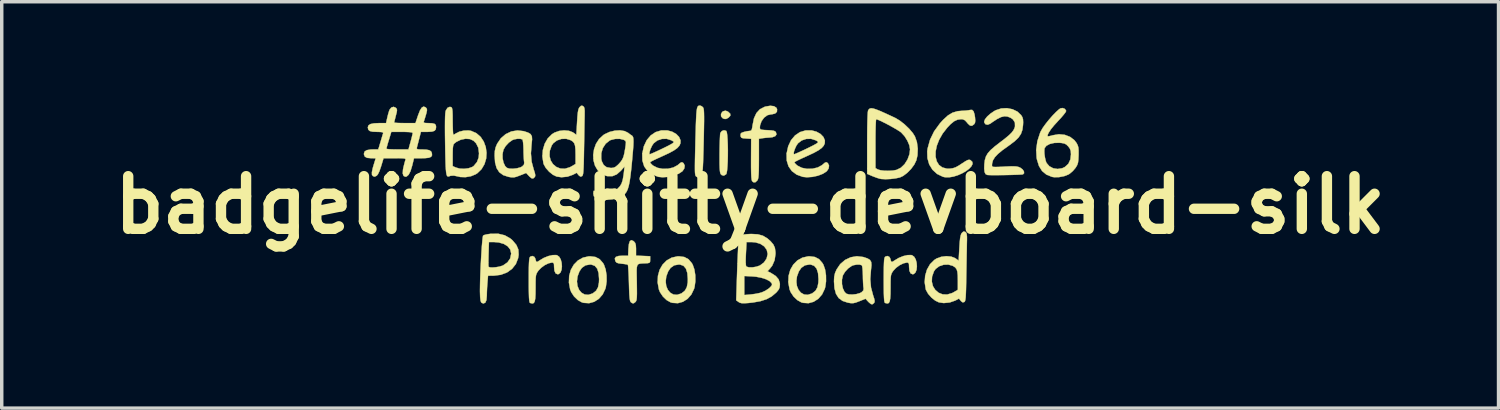
<source format=kicad_pcb>
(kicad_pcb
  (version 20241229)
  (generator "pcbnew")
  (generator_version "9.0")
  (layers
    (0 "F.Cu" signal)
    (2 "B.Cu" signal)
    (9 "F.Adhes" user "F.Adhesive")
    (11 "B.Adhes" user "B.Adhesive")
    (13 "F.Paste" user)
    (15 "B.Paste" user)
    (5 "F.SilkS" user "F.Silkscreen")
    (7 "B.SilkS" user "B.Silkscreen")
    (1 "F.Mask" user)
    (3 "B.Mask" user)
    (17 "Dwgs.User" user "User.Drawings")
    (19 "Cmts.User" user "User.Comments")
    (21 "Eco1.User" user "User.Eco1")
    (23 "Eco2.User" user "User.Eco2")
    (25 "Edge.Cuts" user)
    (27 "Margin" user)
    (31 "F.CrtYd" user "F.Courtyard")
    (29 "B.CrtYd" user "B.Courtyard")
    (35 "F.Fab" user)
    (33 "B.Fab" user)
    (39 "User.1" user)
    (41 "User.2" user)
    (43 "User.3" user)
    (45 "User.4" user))
  (footprint "badgelife-shitty-devboard-silk"
    (layer "F.Cu")
    (at 18.658 2.883)
    (property "Reference" "badgelife-shitty-devboard-silk" (at 0 0 0) (layer "F.SilkS") (effects (font (size 1.524 1.524) (thickness 0.3))))
    (attr through_hole)
    (fp_poly (pts (xy -0.651 -2.708) (xy -0.636 -2.699) (xy -0.576 -2.642) (xy -0.573 -2.585) (xy -0.626 -2.528) (xy -0.627 -2.527) (xy -0.696 -2.49) (xy -0.754 -2.493) (xy -0.797 -2.514) (xy -0.841 -2.566) (xy -0.843 -2.633) (xy -0.808 -2.694) (xy -0.777 -2.714) (xy -0.713 -2.73) (xy -0.651 -2.708)) (stroke (width 0.01) (type solid)) (fill yes) (layer "F.SilkS"))
    (fp_poly (pts (xy -0.693 -2.146) (xy -0.69 -2.144) (xy -0.674 -2.103) (xy -0.662 -2.016) (xy -0.653 -1.893) (xy -0.647 -1.746) (xy -0.644 -1.584) (xy -0.645 -1.417) (xy -0.649 -1.257) (xy -0.657 -1.114) (xy -0.667 -0.998) (xy -0.681 -0.919) (xy -0.693 -0.891) (xy -0.76 -0.85) (xy -0.822 -0.866) (xy -0.85 -0.893) (xy -0.864 -0.923) (xy -0.874 -0.979) (xy -0.881 -1.067) (xy -0.885 -1.194) (xy -0.885 -1.367) (xy -0.885 -1.481) (xy -0.883 -1.654) (xy -0.879 -1.811) (xy -0.874 -1.941) (xy -0.869 -2.035) (xy -0.863 -2.082) (xy -0.863 -2.083) (xy -0.821 -2.14) (xy -0.757 -2.164) (xy -0.693 -2.146)) (stroke (width 0.01) (type solid)) (fill yes) (layer "F.SilkS"))
    (fp_poly (pts (xy -1.403 -2.86) (xy -1.37 -2.833) (xy -1.356 -2.815) (xy -1.346 -2.785) (xy -1.339 -2.737) (xy -1.335 -2.665) (xy -1.333 -2.562) (xy -1.333 -2.422) (xy -1.336 -2.239) (xy -1.34 -2.008) (xy -1.345 -1.793) (xy -1.35 -1.586) (xy -1.356 -1.399) (xy -1.361 -1.239) (xy -1.367 -1.117) (xy -1.371 -1.045) (xy -1.39 -0.908) (xy -1.422 -0.823) (xy -1.469 -0.79) (xy -1.531 -0.806) (xy -1.561 -0.826) (xy -1.574 -0.838) (xy -1.584 -0.86) (xy -1.591 -0.896) (xy -1.596 -0.952) (xy -1.598 -1.034) (xy -1.598 -1.147) (xy -1.596 -1.298) (xy -1.592 -1.491) (xy -1.586 -1.732) (xy -1.584 -1.845) (xy -1.576 -2.113) (xy -1.57 -2.331) (xy -1.563 -2.502) (xy -1.556 -2.634) (xy -1.547 -2.73) (xy -1.536 -2.797) (xy -1.522 -2.84) (xy -1.504 -2.864) (xy -1.482 -2.875) (xy -1.455 -2.878) (xy -1.448 -2.878) (xy -1.403 -2.86)) (stroke (width 0.01) (type solid)) (fill yes) (layer "F.SilkS"))
    (fp_poly (pts (xy -4.475 1.504) (xy -4.353 1.569) (xy -4.255 1.682) (xy -4.228 1.731) (xy -4.181 1.866) (xy -4.155 2.032) (xy -4.153 2.207) (xy -4.175 2.369) (xy -4.19 2.425) (xy -4.268 2.588) (xy -4.378 2.714) (xy -4.512 2.8) (xy -4.661 2.841) (xy -4.817 2.831) (xy -4.868 2.817) (xy -4.985 2.751) (xy -5.094 2.647) (xy -5.177 2.521) (xy -5.208 2.444) (xy -5.245 2.242) (xy -5.243 2.212) (xy -5.012 2.212) (xy -4.996 2.343) (xy -4.95 2.454) (xy -4.88 2.538) (xy -4.789 2.589) (xy -4.682 2.599) (xy -4.564 2.561) (xy -4.545 2.55) (xy -4.456 2.478) (xy -4.401 2.379) (xy -4.375 2.244) (xy -4.371 2.145) (xy -4.385 1.969) (xy -4.426 1.841) (xy -4.495 1.76) (xy -4.594 1.724) (xy -4.634 1.722) (xy -4.765 1.745) (xy -4.869 1.818) (xy -4.94 1.921) (xy -4.995 2.069) (xy -5.012 2.212) (xy -5.243 2.212) (xy -5.237 2.05) (xy -5.188 1.875) (xy -5.102 1.725) (xy -4.984 1.605) (xy -4.838 1.523) (xy -4.668 1.485) (xy -4.628 1.484) (xy -4.475 1.504)) (stroke (width 0.01) (type solid)) (fill yes) (layer "F.SilkS"))
    (fp_poly (pts (xy -1.906 1.504) (xy -1.784 1.569) (xy -1.687 1.682) (xy -1.66 1.731) (xy -1.613 1.866) (xy -1.587 2.032) (xy -1.585 2.207) (xy -1.607 2.369) (xy -1.622 2.425) (xy -1.7 2.588) (xy -1.81 2.714) (xy -1.944 2.8) (xy -2.092 2.841) (xy -2.249 2.831) (xy -2.3 2.817) (xy -2.417 2.751) (xy -2.525 2.647) (xy -2.609 2.521) (xy -2.64 2.444) (xy -2.677 2.242) (xy -2.675 2.212) (xy -2.444 2.212) (xy -2.428 2.343) (xy -2.382 2.454) (xy -2.311 2.538) (xy -2.221 2.589) (xy -2.114 2.599) (xy -1.996 2.561) (xy -1.977 2.55) (xy -1.888 2.478) (xy -1.833 2.379) (xy -1.806 2.244) (xy -1.803 2.145) (xy -1.817 1.969) (xy -1.858 1.841) (xy -1.927 1.76) (xy -2.025 1.724) (xy -2.066 1.722) (xy -2.197 1.745) (xy -2.301 1.818) (xy -2.372 1.921) (xy -2.427 2.069) (xy -2.444 2.212) (xy -2.675 2.212) (xy -2.668 2.05) (xy -2.62 1.875) (xy -2.534 1.725) (xy -2.416 1.605) (xy -2.27 1.523) (xy -2.1 1.485) (xy -2.06 1.484) (xy -1.906 1.504)) (stroke (width 0.01) (type solid)) (fill yes) (layer "F.SilkS"))
    (fp_poly (pts (xy 1.875 1.504) (xy 1.997 1.569) (xy 2.095 1.682) (xy 2.122 1.731) (xy 2.169 1.866) (xy 2.195 2.032) (xy 2.197 2.207) (xy 2.175 2.369) (xy 2.16 2.425) (xy 2.082 2.588) (xy 1.972 2.714) (xy 1.838 2.8) (xy 1.689 2.841) (xy 1.533 2.831) (xy 1.482 2.817) (xy 1.365 2.751) (xy 1.256 2.647) (xy 1.173 2.521) (xy 1.142 2.444) (xy 1.105 2.242) (xy 1.107 2.212) (xy 1.338 2.212) (xy 1.354 2.343) (xy 1.4 2.454) (xy 1.47 2.538) (xy 1.561 2.589) (xy 1.668 2.599) (xy 1.786 2.561) (xy 1.805 2.55) (xy 1.894 2.478) (xy 1.949 2.379) (xy 1.975 2.244) (xy 1.979 2.145) (xy 1.965 1.969) (xy 1.924 1.841) (xy 1.855 1.76) (xy 1.756 1.724) (xy 1.716 1.722) (xy 1.585 1.745) (xy 1.481 1.818) (xy 1.41 1.921) (xy 1.355 2.069) (xy 1.338 2.212) (xy 1.107 2.212) (xy 1.113 2.05) (xy 1.162 1.875) (xy 1.248 1.725) (xy 1.366 1.605) (xy 1.512 1.523) (xy 1.682 1.485) (xy 1.722 1.484) (xy 1.875 1.504)) (stroke (width 0.01) (type solid)) (fill yes) (layer "F.SilkS"))
    (fp_poly (pts (xy -5.588 1.453) (xy -5.526 1.497) (xy -5.481 1.574) (xy -5.455 1.671) (xy -5.447 1.775) (xy -5.457 1.873) (xy -5.487 1.952) (xy -5.537 1.997) (xy -5.57 2.004) (xy -5.629 1.978) (xy -5.663 1.903) (xy -5.673 1.801) (xy -5.676 1.719) (xy -5.689 1.678) (xy -5.719 1.666) (xy -5.734 1.665) (xy -5.832 1.686) (xy -5.944 1.74) (xy -6.049 1.817) (xy -6.127 1.899) (xy -6.16 1.946) (xy -6.182 1.989) (xy -6.197 2.038) (xy -6.205 2.106) (xy -6.208 2.205) (xy -6.209 2.344) (xy -6.209 2.397) (xy -6.211 2.576) (xy -6.218 2.704) (xy -6.234 2.788) (xy -6.26 2.835) (xy -6.298 2.85) (xy -6.351 2.839) (xy -6.371 2.832) (xy -6.383 2.813) (xy -6.392 2.763) (xy -6.399 2.678) (xy -6.403 2.552) (xy -6.406 2.379) (xy -6.406 2.174) (xy -6.406 1.961) (xy -6.404 1.798) (xy -6.4 1.678) (xy -6.394 1.594) (xy -6.386 1.54) (xy -6.374 1.508) (xy -6.364 1.496) (xy -6.303 1.475) (xy -6.246 1.499) (xy -6.222 1.537) (xy -6.201 1.605) (xy -6.195 1.624) (xy -6.179 1.648) (xy -6.147 1.639) (xy -6.089 1.601) (xy -5.972 1.531) (xy -5.841 1.478) (xy -5.715 1.449) (xy -5.611 1.448) (xy -5.588 1.453)) (stroke (width 0.01) (type solid)) (fill yes) (layer "F.SilkS"))
    (fp_poly (pts (xy -3.381 1.04) (xy -3.36 1.057) (xy -3.326 1.099) (xy -3.308 1.16) (xy -3.302 1.255) (xy -3.302 1.287) (xy -3.302 1.465) (xy -2.893 1.482) (xy -2.893 1.58) (xy -2.895 1.639) (xy -2.912 1.669) (xy -2.958 1.682) (xy -3.034 1.687) (xy -3.122 1.69) (xy -3.187 1.696) (xy -3.233 1.71) (xy -3.262 1.741) (xy -3.278 1.797) (xy -3.284 1.885) (xy -3.283 2.012) (xy -3.28 2.186) (xy -3.279 2.239) (xy -3.277 2.426) (xy -3.276 2.564) (xy -3.279 2.663) (xy -3.285 2.729) (xy -3.296 2.772) (xy -3.311 2.798) (xy -3.316 2.804) (xy -3.368 2.844) (xy -3.413 2.84) (xy -3.449 2.815) (xy -3.465 2.793) (xy -3.478 2.753) (xy -3.488 2.685) (xy -3.496 2.584) (xy -3.502 2.44) (xy -3.507 2.264) (xy -3.512 2.099) (xy -3.519 1.953) (xy -3.526 1.837) (xy -3.532 1.76) (xy -3.538 1.73) (xy -3.574 1.718) (xy -3.648 1.706) (xy -3.714 1.699) (xy -3.809 1.687) (xy -3.864 1.667) (xy -3.895 1.632) (xy -3.901 1.62) (xy -3.916 1.549) (xy -3.885 1.501) (xy -3.804 1.474) (xy -3.695 1.468) (xy -3.53 1.468) (xy -3.522 1.266) (xy -3.508 1.129) (xy -3.481 1.047) (xy -3.439 1.017) (xy -3.381 1.04)) (stroke (width 0.01) (type solid)) (fill yes) (layer "F.SilkS"))
    (fp_poly (pts (xy 4.685 1.453) (xy 4.747 1.497) (xy 4.792 1.574) (xy 4.818 1.671) (xy 4.826 1.775) (xy 4.816 1.873) (xy 4.785 1.952) (xy 4.736 1.997) (xy 4.703 2.004) (xy 4.644 1.978) (xy 4.61 1.903) (xy 4.6 1.801) (xy 4.597 1.719) (xy 4.584 1.678) (xy 4.554 1.666) (xy 4.539 1.665) (xy 4.441 1.686) (xy 4.329 1.74) (xy 4.223 1.817) (xy 4.146 1.899) (xy 4.113 1.946) (xy 4.091 1.989) (xy 4.076 2.038) (xy 4.068 2.106) (xy 4.065 2.205) (xy 4.064 2.344) (xy 4.064 2.397) (xy 4.062 2.576) (xy 4.054 2.704) (xy 4.039 2.788) (xy 4.013 2.835) (xy 3.975 2.85) (xy 3.922 2.839) (xy 3.902 2.832) (xy 3.89 2.813) (xy 3.88 2.763) (xy 3.874 2.678) (xy 3.869 2.552) (xy 3.867 2.379) (xy 3.866 2.174) (xy 3.867 1.961) (xy 3.869 1.798) (xy 3.873 1.678) (xy 3.878 1.594) (xy 3.887 1.54) (xy 3.899 1.508) (xy 3.908 1.496) (xy 3.97 1.475) (xy 4.027 1.499) (xy 4.051 1.537) (xy 4.072 1.605) (xy 4.078 1.624) (xy 4.094 1.648) (xy 4.126 1.639) (xy 4.184 1.601) (xy 4.301 1.531) (xy 4.432 1.478) (xy 4.558 1.449) (xy 4.662 1.448) (xy 4.685 1.453)) (stroke (width 0.01) (type solid)) (fill yes) (layer "F.SilkS"))
    (fp_poly (pts (xy 6.466 -2.712) (xy 6.494 -2.623) (xy 6.508 -2.536) (xy 6.515 -2.438) (xy 6.507 -2.377) (xy 6.48 -2.335) (xy 6.478 -2.334) (xy 6.42 -2.293) (xy 6.364 -2.299) (xy 6.302 -2.354) (xy 6.278 -2.385) (xy 6.216 -2.452) (xy 6.154 -2.48) (xy 6.105 -2.484) (xy 6.003 -2.47) (xy 5.905 -2.425) (xy 5.802 -2.341) (xy 5.707 -2.242) (xy 5.571 -2.067) (xy 5.47 -1.889) (xy 5.402 -1.715) (xy 5.368 -1.548) (xy 5.367 -1.397) (xy 5.4 -1.266) (xy 5.464 -1.161) (xy 5.561 -1.088) (xy 5.69 -1.053) (xy 5.779 -1.052) (xy 5.869 -1.065) (xy 5.951 -1.093) (xy 6.046 -1.146) (xy 6.123 -1.197) (xy 6.223 -1.262) (xy 6.29 -1.299) (xy 6.336 -1.31) (xy 6.372 -1.302) (xy 6.377 -1.299) (xy 6.43 -1.249) (xy 6.437 -1.188) (xy 6.403 -1.12) (xy 6.337 -1.049) (xy 6.244 -0.979) (xy 6.133 -0.916) (xy 6.01 -0.862) (xy 5.882 -0.822) (xy 5.757 -0.802) (xy 5.641 -0.804) (xy 5.581 -0.817) (xy 5.412 -0.898) (xy 5.278 -1.02) (xy 5.183 -1.174) (xy 5.131 -1.355) (xy 5.125 -1.555) (xy 5.136 -1.635) (xy 5.207 -1.89) (xy 5.324 -2.131) (xy 5.493 -2.363) (xy 5.585 -2.465) (xy 5.723 -2.591) (xy 5.857 -2.672) (xy 6.003 -2.715) (xy 6.124 -2.726) (xy 6.23 -2.732) (xy 6.319 -2.742) (xy 6.366 -2.751) (xy 6.424 -2.753) (xy 6.466 -2.712)) (stroke (width 0.01) (type solid)) (fill yes) (layer "F.SilkS"))
    (fp_poly (pts (xy -7.102 0.876) (xy -6.94 0.968) (xy -6.875 1.024) (xy -6.765 1.155) (xy -6.707 1.29) (xy -6.699 1.441) (xy -6.715 1.541) (xy -6.78 1.708) (xy -6.889 1.846) (xy -7.036 1.952) (xy -7.215 2.019) (xy -7.412 2.044) (xy -7.585 2.046) (xy -7.602 2.255) (xy -7.612 2.387) (xy -7.618 2.524) (xy -7.62 2.623) (xy -7.631 2.75) (xy -7.663 2.825) (xy -7.718 2.85) (xy -7.719 2.85) (xy -7.764 2.832) (xy -7.784 2.817) (xy -7.801 2.768) (xy -7.813 2.665) (xy -7.818 2.507) (xy -7.818 2.457) (xy -7.816 2.308) (xy -7.812 2.134) (xy -7.805 1.945) (xy -7.797 1.749) (xy -7.792 1.667) (xy -7.574 1.667) (xy -7.573 1.748) (xy -7.57 1.785) (xy -7.57 1.785) (xy -7.534 1.804) (xy -7.459 1.808) (xy -7.364 1.801) (xy -7.262 1.784) (xy -7.172 1.757) (xy -7.146 1.746) (xy -7.022 1.659) (xy -6.943 1.545) (xy -6.915 1.408) (xy -6.915 1.403) (xy -6.941 1.29) (xy -7.014 1.196) (xy -7.128 1.125) (xy -7.275 1.083) (xy -7.405 1.072) (xy -7.559 1.072) (xy -7.569 1.418) (xy -7.572 1.553) (xy -7.574 1.667) (xy -7.792 1.667) (xy -7.786 1.554) (xy -7.775 1.368) (xy -7.764 1.201) (xy -7.752 1.061) (xy -7.741 0.956) (xy -7.731 0.896) (xy -7.727 0.885) (xy -7.688 0.866) (xy -7.61 0.847) (xy -7.509 0.833) (xy -7.508 0.833) (xy -7.29 0.831) (xy -7.102 0.876)) (stroke (width 0.01) (type solid)) (fill yes) (layer "F.SilkS"))
    (fp_poly (pts (xy 0.689 -2.86) (xy 0.758 -2.817) (xy 0.78 -2.774) (xy 0.776 -2.699) (xy 0.724 -2.648) (xy 0.63 -2.625) (xy 0.605 -2.625) (xy 0.499 -2.599) (xy 0.404 -2.529) (xy 0.33 -2.427) (xy 0.288 -2.308) (xy 0.282 -2.246) (xy 0.285 -2.21) (xy 0.302 -2.189) (xy 0.344 -2.177) (xy 0.423 -2.17) (xy 0.498 -2.167) (xy 0.616 -2.16) (xy 0.691 -2.147) (xy 0.732 -2.125) (xy 0.745 -2.11) (xy 0.763 -2.044) (xy 0.729 -1.994) (xy 0.648 -1.963) (xy 0.576 -1.954) (xy 0.471 -1.947) (xy 0.373 -1.936) (xy 0.346 -1.932) (xy 0.254 -1.917) (xy 0.254 -1.346) (xy 0.253 -1.144) (xy 0.251 -0.992) (xy 0.246 -0.88) (xy 0.239 -0.802) (xy 0.228 -0.75) (xy 0.213 -0.717) (xy 0.21 -0.712) (xy 0.152 -0.658) (xy 0.094 -0.659) (xy 0.058 -0.69) (xy 0.045 -0.726) (xy 0.036 -0.801) (xy 0.03 -0.921) (xy 0.027 -1.089) (xy 0.027 -1.309) (xy 0.027 -1.323) (xy 0.03 -1.916) (xy -0.119 -1.925) (xy -0.206 -1.932) (xy -0.252 -1.947) (xy -0.271 -1.976) (xy -0.277 -2.009) (xy -0.275 -2.061) (xy -0.246 -2.091) (xy -0.178 -2.115) (xy -0.092 -2.135) (xy -0.019 -2.144) (xy -0.01 -2.145) (xy 0.025 -2.152) (xy 0.047 -2.183) (xy 0.062 -2.249) (xy 0.07 -2.307) (xy 0.111 -2.508) (xy 0.182 -2.662) (xy 0.285 -2.773) (xy 0.421 -2.842) (xy 0.449 -2.85) (xy 0.583 -2.872) (xy 0.689 -2.86)) (stroke (width 0.01) (type solid)) (fill yes) (layer "F.SilkS"))
    (fp_poly (pts (xy -6.55 -2.137) (xy -6.538 -2.133) (xy -6.425 -2.095) (xy -6.353 -2.052) (xy -6.317 -1.991) (xy -6.31 -1.901) (xy -6.323 -1.768) (xy -6.324 -1.761) (xy -6.344 -1.495) (xy -6.323 -1.253) (xy -6.263 -1.03) (xy -6.23 -0.928) (xy -6.218 -0.864) (xy -6.224 -0.824) (xy -6.236 -0.806) (xy -6.278 -0.769) (xy -6.322 -0.772) (xy -6.379 -0.818) (xy -6.405 -0.845) (xy -6.483 -0.928) (xy -6.661 -0.856) (xy -6.762 -0.818) (xy -6.837 -0.8) (xy -6.907 -0.801) (xy -6.996 -0.816) (xy -7.147 -0.866) (xy -7.26 -0.949) (xy -7.337 -1.069) (xy -7.381 -1.231) (xy -7.394 -1.43) (xy -7.392 -1.48) (xy -7.165 -1.48) (xy -7.163 -1.35) (xy -7.137 -1.227) (xy -7.09 -1.127) (xy -7.037 -1.075) (xy -6.964 -1.053) (xy -6.859 -1.05) (xy -6.747 -1.063) (xy -6.647 -1.09) (xy -6.597 -1.116) (xy -6.545 -1.17) (xy -6.537 -1.228) (xy -6.539 -1.238) (xy -6.546 -1.293) (xy -6.552 -1.39) (xy -6.557 -1.511) (xy -6.558 -1.59) (xy -6.562 -1.713) (xy -6.571 -1.813) (xy -6.582 -1.879) (xy -6.59 -1.898) (xy -6.651 -1.916) (xy -6.74 -1.916) (xy -6.832 -1.898) (xy -6.881 -1.879) (xy -6.983 -1.806) (xy -7.075 -1.707) (xy -7.136 -1.605) (xy -7.138 -1.6) (xy -7.165 -1.48) (xy -7.392 -1.48) (xy -7.388 -1.563) (xy -7.365 -1.669) (xy -7.321 -1.773) (xy -7.213 -1.932) (xy -7.073 -2.052) (xy -6.91 -2.129) (xy -6.732 -2.158) (xy -6.55 -2.137)) (stroke (width 0.01) (type solid)) (fill yes) (layer "F.SilkS"))
    (fp_poly (pts (xy 3.271 1.504) (xy 3.283 1.507) (xy 3.397 1.546) (xy 3.468 1.589) (xy 3.504 1.65) (xy 3.512 1.74) (xy 3.498 1.872) (xy 3.497 1.879) (xy 3.477 2.145) (xy 3.498 2.387) (xy 3.558 2.611) (xy 3.591 2.712) (xy 3.604 2.776) (xy 3.597 2.817) (xy 3.585 2.835) (xy 3.543 2.871) (xy 3.5 2.868) (xy 3.442 2.822) (xy 3.416 2.796) (xy 3.339 2.712) (xy 3.161 2.784) (xy 3.059 2.823) (xy 2.985 2.84) (xy 2.914 2.84) (xy 2.826 2.825) (xy 2.675 2.775) (xy 2.562 2.692) (xy 2.485 2.571) (xy 2.441 2.409) (xy 2.427 2.211) (xy 2.429 2.16) (xy 2.657 2.16) (xy 2.658 2.29) (xy 2.684 2.413) (xy 2.731 2.513) (xy 2.784 2.566) (xy 2.858 2.587) (xy 2.962 2.591) (xy 3.075 2.578) (xy 3.174 2.55) (xy 3.224 2.525) (xy 3.277 2.471) (xy 3.284 2.413) (xy 3.282 2.403) (xy 3.275 2.347) (xy 3.269 2.251) (xy 3.264 2.129) (xy 3.263 2.05) (xy 3.259 1.928) (xy 3.251 1.827) (xy 3.24 1.762) (xy 3.231 1.743) (xy 3.171 1.725) (xy 3.082 1.725) (xy 2.99 1.742) (xy 2.941 1.761) (xy 2.838 1.834) (xy 2.746 1.933) (xy 2.685 2.036) (xy 2.683 2.041) (xy 2.657 2.16) (xy 2.429 2.16) (xy 2.433 2.078) (xy 2.456 1.972) (xy 2.501 1.867) (xy 2.608 1.709) (xy 2.748 1.589) (xy 2.912 1.512) (xy 3.089 1.482) (xy 3.271 1.504)) (stroke (width 0.01) (type solid)) (fill yes) (layer "F.SilkS"))
    (fp_poly (pts (xy -2.395 -2.159) (xy -2.255 -2.121) (xy -2.139 -2.055) (xy -2.056 -1.969) (xy -2.014 -1.87) (xy -2.017 -1.786) (xy -2.047 -1.717) (xy -2.106 -1.651) (xy -2.2 -1.583) (xy -2.336 -1.508) (xy -2.518 -1.423) (xy -2.536 -1.415) (xy -2.664 -1.357) (xy -2.773 -1.306) (xy -2.852 -1.266) (xy -2.891 -1.243) (xy -2.894 -1.24) (xy -2.882 -1.211) (xy -2.836 -1.164) (xy -2.806 -1.139) (xy -2.682 -1.077) (xy -2.532 -1.047) (xy -2.373 -1.051) (xy -2.222 -1.086) (xy -2.098 -1.153) (xy -2.077 -1.171) (xy -2.014 -1.224) (xy -1.973 -1.239) (xy -1.937 -1.219) (xy -1.925 -1.208) (xy -1.893 -1.14) (xy -1.905 -1.058) (xy -1.958 -0.979) (xy -1.964 -0.974) (xy -2.07 -0.904) (xy -2.213 -0.849) (xy -2.374 -0.814) (xy -2.533 -0.803) (xy -2.653 -0.815) (xy -2.83 -0.879) (xy -2.969 -0.982) (xy -3.066 -1.119) (xy -3.118 -1.287) (xy -3.122 -1.48) (xy -3.122 -1.487) (xy -2.918 -1.487) (xy -2.908 -1.468) (xy -2.874 -1.479) (xy -2.801 -1.51) (xy -2.699 -1.556) (xy -2.592 -1.606) (xy -2.47 -1.665) (xy -2.362 -1.719) (xy -2.282 -1.763) (xy -2.245 -1.785) (xy -2.212 -1.815) (xy -2.218 -1.837) (xy -2.267 -1.867) (xy -2.279 -1.873) (xy -2.414 -1.916) (xy -2.554 -1.913) (xy -2.684 -1.869) (xy -2.79 -1.787) (xy -2.838 -1.717) (xy -2.881 -1.625) (xy -2.908 -1.544) (xy -2.918 -1.487) (xy -3.122 -1.487) (xy -3.121 -1.492) (xy -3.075 -1.701) (xy -2.992 -1.877) (xy -2.877 -2.014) (xy -2.735 -2.11) (xy -2.57 -2.159) (xy -2.395 -2.159)) (stroke (width 0.01) (type solid)) (fill yes) (layer "F.SilkS"))
    (fp_poly (pts (xy 1.782 -2.159) (xy 1.922 -2.121) (xy 2.038 -2.055) (xy 2.121 -1.969) (xy 2.163 -1.87) (xy 2.16 -1.786) (xy 2.13 -1.717) (xy 2.071 -1.651) (xy 1.977 -1.583) (xy 1.841 -1.508) (xy 1.659 -1.423) (xy 1.641 -1.415) (xy 1.513 -1.357) (xy 1.404 -1.306) (xy 1.325 -1.266) (xy 1.285 -1.243) (xy 1.283 -1.24) (xy 1.295 -1.211) (xy 1.341 -1.164) (xy 1.371 -1.139) (xy 1.495 -1.077) (xy 1.645 -1.047) (xy 1.804 -1.051) (xy 1.955 -1.086) (xy 2.079 -1.153) (xy 2.1 -1.171) (xy 2.162 -1.224) (xy 2.204 -1.239) (xy 2.24 -1.219) (xy 2.252 -1.208) (xy 2.284 -1.14) (xy 2.272 -1.058) (xy 2.219 -0.979) (xy 2.213 -0.974) (xy 2.106 -0.904) (xy 1.963 -0.849) (xy 1.803 -0.814) (xy 1.644 -0.803) (xy 1.524 -0.815) (xy 1.347 -0.879) (xy 1.208 -0.982) (xy 1.111 -1.119) (xy 1.059 -1.287) (xy 1.055 -1.48) (xy 1.055 -1.487) (xy 1.259 -1.487) (xy 1.269 -1.468) (xy 1.302 -1.479) (xy 1.376 -1.51) (xy 1.477 -1.556) (xy 1.585 -1.606) (xy 1.707 -1.665) (xy 1.815 -1.719) (xy 1.895 -1.763) (xy 1.932 -1.785) (xy 1.965 -1.815) (xy 1.959 -1.837) (xy 1.91 -1.867) (xy 1.898 -1.873) (xy 1.762 -1.916) (xy 1.623 -1.913) (xy 1.493 -1.869) (xy 1.387 -1.787) (xy 1.338 -1.717) (xy 1.296 -1.625) (xy 1.268 -1.544) (xy 1.259 -1.487) (xy 1.055 -1.487) (xy 1.056 -1.492) (xy 1.102 -1.701) (xy 1.185 -1.877) (xy 1.3 -2.014) (xy 1.442 -2.11) (xy 1.607 -2.159) (xy 1.782 -2.159)) (stroke (width 0.01) (type solid)) (fill yes) (layer "F.SilkS"))
    (fp_poly (pts (xy 3.567 -2.792) (xy 3.651 -2.765) (xy 3.764 -2.72) (xy 3.915 -2.653) (xy 4.107 -2.564) (xy 4.201 -2.52) (xy 4.331 -2.442) (xy 4.469 -2.334) (xy 4.6 -2.209) (xy 4.708 -2.082) (xy 4.769 -1.985) (xy 4.826 -1.822) (xy 4.851 -1.633) (xy 4.843 -1.44) (xy 4.81 -1.294) (xy 4.75 -1.17) (xy 4.657 -1.044) (xy 4.545 -0.93) (xy 4.428 -0.842) (xy 4.332 -0.797) (xy 4.208 -0.771) (xy 4.064 -0.753) (xy 3.92 -0.747) (xy 3.799 -0.753) (xy 3.753 -0.761) (xy 3.666 -0.788) (xy 3.561 -0.827) (xy 3.52 -0.844) (xy 3.387 -0.901) (xy 3.387 -1.776) (xy 3.627 -1.776) (xy 3.627 -1.068) (xy 3.697 -1.029) (xy 3.772 -1.006) (xy 3.883 -0.993) (xy 4.012 -0.99) (xy 4.138 -0.998) (xy 4.237 -1.017) (xy 4.361 -1.078) (xy 4.47 -1.183) (xy 4.556 -1.319) (xy 4.612 -1.473) (xy 4.628 -1.61) (xy 4.608 -1.727) (xy 4.552 -1.859) (xy 4.472 -1.988) (xy 4.376 -2.094) (xy 4.368 -2.102) (xy 4.309 -2.143) (xy 4.218 -2.199) (xy 4.106 -2.263) (xy 3.985 -2.329) (xy 3.866 -2.39) (xy 3.762 -2.44) (xy 3.685 -2.474) (xy 3.648 -2.483) (xy 3.642 -2.456) (xy 3.637 -2.381) (xy 3.632 -2.263) (xy 3.629 -2.112) (xy 3.627 -1.935) (xy 3.627 -1.776) (xy 3.387 -1.776) (xy 3.387 -1.793) (xy 3.388 -2.036) (xy 3.39 -2.252) (xy 3.394 -2.435) (xy 3.399 -2.58) (xy 3.405 -2.681) (xy 3.413 -2.733) (xy 3.414 -2.736) (xy 3.437 -2.771) (xy 3.466 -2.793) (xy 3.507 -2.8) (xy 3.567 -2.792)) (stroke (width 0.01) (type solid)) (fill yes) (layer "F.SilkS"))
    (fp_poly (pts (xy -4.85 -2.87) (xy -4.835 -2.861) (xy -4.809 -2.838) (xy -4.795 -2.797) (xy -4.788 -2.727) (xy -4.789 -2.615) (xy -4.789 -2.593) (xy -4.791 -2.499) (xy -4.794 -2.359) (xy -4.797 -2.185) (xy -4.8 -1.986) (xy -4.804 -1.774) (xy -4.807 -1.609) (xy -4.811 -1.382) (xy -4.815 -1.205) (xy -4.82 -1.072) (xy -4.826 -0.975) (xy -4.833 -0.909) (xy -4.843 -0.868) (xy -4.855 -0.844) (xy -4.867 -0.833) (xy -4.911 -0.822) (xy -4.956 -0.855) (xy -4.967 -0.868) (xy -5.019 -0.933) (xy -5.128 -0.876) (xy -5.287 -0.82) (xy -5.46 -0.804) (xy -5.6 -0.824) (xy -5.708 -0.876) (xy -5.817 -0.964) (xy -5.912 -1.071) (xy -5.973 -1.18) (xy -5.981 -1.204) (xy -6.012 -1.4) (xy -6.01 -1.423) (xy -5.806 -1.423) (xy -5.773 -1.293) (xy -5.706 -1.184) (xy -5.61 -1.103) (xy -5.493 -1.056) (xy -5.36 -1.05) (xy -5.218 -1.093) (xy -5.174 -1.116) (xy -5.052 -1.188) (xy -5.052 -1.456) (xy -5.055 -1.608) (xy -5.066 -1.714) (xy -5.09 -1.786) (xy -5.13 -1.836) (xy -5.189 -1.875) (xy -5.192 -1.876) (xy -5.323 -1.917) (xy -5.461 -1.913) (xy -5.59 -1.869) (xy -5.695 -1.79) (xy -5.743 -1.721) (xy -5.798 -1.568) (xy -5.806 -1.423) (xy -6.01 -1.423) (xy -5.998 -1.593) (xy -5.945 -1.773) (xy -5.856 -1.929) (xy -5.733 -2.051) (xy -5.664 -2.094) (xy -5.53 -2.143) (xy -5.384 -2.16) (xy -5.244 -2.147) (xy -5.13 -2.104) (xy -5.118 -2.095) (xy -5.029 -2.032) (xy -5.008 -2.4) (xy -4.998 -2.562) (xy -4.986 -2.677) (xy -4.972 -2.756) (xy -4.953 -2.807) (xy -4.937 -2.831) (xy -4.892 -2.872) (xy -4.85 -2.87)) (stroke (width 0.01) (type solid)) (fill yes) (layer "F.SilkS"))
    (fp_poly (pts (xy 6.213 0.771) (xy 6.228 0.779) (xy 6.254 0.803) (xy 6.268 0.844) (xy 6.275 0.914) (xy 6.275 1.026) (xy 6.274 1.047) (xy 6.272 1.142) (xy 6.27 1.281) (xy 6.266 1.456) (xy 6.263 1.655) (xy 6.259 1.867) (xy 6.256 2.031) (xy 6.252 2.258) (xy 6.248 2.436) (xy 6.243 2.569) (xy 6.238 2.666) (xy 6.23 2.731) (xy 6.221 2.773) (xy 6.209 2.797) (xy 6.196 2.807) (xy 6.152 2.818) (xy 6.107 2.785) (xy 6.096 2.772) (xy 6.044 2.708) (xy 5.935 2.765) (xy 5.776 2.82) (xy 5.603 2.837) (xy 5.463 2.817) (xy 5.355 2.765) (xy 5.246 2.677) (xy 5.152 2.57) (xy 5.09 2.46) (xy 5.082 2.437) (xy 5.052 2.241) (xy 5.053 2.217) (xy 5.258 2.217) (xy 5.29 2.348) (xy 5.358 2.457) (xy 5.453 2.538) (xy 5.57 2.585) (xy 5.703 2.59) (xy 5.845 2.548) (xy 5.889 2.525) (xy 6.011 2.453) (xy 6.011 2.184) (xy 6.008 2.033) (xy 5.997 1.927) (xy 5.973 1.855) (xy 5.934 1.805) (xy 5.874 1.766) (xy 5.871 1.764) (xy 5.74 1.724) (xy 5.602 1.728) (xy 5.473 1.771) (xy 5.368 1.85) (xy 5.32 1.919) (xy 5.265 2.072) (xy 5.258 2.217) (xy 5.053 2.217) (xy 5.065 2.048) (xy 5.118 1.868) (xy 5.207 1.712) (xy 5.33 1.59) (xy 5.399 1.546) (xy 5.533 1.498) (xy 5.679 1.48) (xy 5.819 1.493) (xy 5.933 1.537) (xy 5.945 1.545) (xy 6.034 1.609) (xy 6.055 1.24) (xy 6.065 1.079) (xy 6.077 0.963) (xy 6.092 0.885) (xy 6.11 0.834) (xy 6.126 0.81) (xy 6.171 0.768) (xy 6.213 0.771)) (stroke (width 0.01) (type solid)) (fill yes) (layer "F.SilkS"))
    (fp_poly (pts (xy -8.65 -2.832) (xy -8.633 -2.817) (xy -8.621 -2.779) (xy -8.613 -2.711) (xy -8.609 -2.605) (xy -8.608 -2.453) (xy -8.608 -2.424) (xy -8.606 -2.283) (xy -8.602 -2.164) (xy -8.597 -2.079) (xy -8.589 -2.036) (xy -8.587 -2.033) (xy -8.55 -2.049) (xy -8.514 -2.073) (xy -8.414 -2.123) (xy -8.285 -2.153) (xy -8.152 -2.158) (xy -8.075 -2.146) (xy -7.921 -2.078) (xy -7.799 -1.972) (xy -7.709 -1.836) (xy -7.651 -1.68) (xy -7.628 -1.513) (xy -7.639 -1.345) (xy -7.687 -1.184) (xy -7.771 -1.04) (xy -7.893 -0.921) (xy -7.943 -0.889) (xy -8.08 -0.833) (xy -8.237 -0.806) (xy -8.388 -0.811) (xy -8.438 -0.823) (xy -8.571 -0.851) (xy -8.668 -0.846) (xy -8.692 -0.837) (xy -8.724 -0.826) (xy -8.749 -0.826) (xy -8.77 -0.842) (xy -8.785 -0.88) (xy -8.797 -0.945) (xy -8.806 -1.041) (xy -8.813 -1.175) (xy -8.818 -1.351) (xy -8.82 -1.434) (xy -8.608 -1.434) (xy -8.608 -1.126) (xy -8.516 -1.085) (xy -8.405 -1.054) (xy -8.275 -1.048) (xy -8.148 -1.064) (xy -8.042 -1.101) (xy -7.999 -1.13) (xy -7.905 -1.244) (xy -7.856 -1.374) (xy -7.846 -1.496) (xy -7.866 -1.657) (xy -7.93 -1.785) (xy -8.004 -1.86) (xy -8.108 -1.909) (xy -8.236 -1.918) (xy -8.372 -1.89) (xy -8.502 -1.827) (xy -8.558 -1.784) (xy -8.581 -1.756) (xy -8.595 -1.711) (xy -8.604 -1.638) (xy -8.607 -1.527) (xy -8.608 -1.434) (xy -8.82 -1.434) (xy -8.823 -1.575) (xy -8.826 -1.761) (xy -8.83 -2.034) (xy -8.831 -2.255) (xy -8.83 -2.429) (xy -8.827 -2.56) (xy -8.821 -2.654) (xy -8.813 -2.713) (xy -8.806 -2.736) (xy -8.755 -2.815) (xy -8.689 -2.841) (xy -8.65 -2.832)) (stroke (width 0.01) (type solid)) (fill yes) (layer "F.SilkS"))
    (fp_poly (pts (xy 9.106 -2.783) (xy 9.142 -2.735) (xy 9.144 -2.718) (xy 9.125 -2.681) (xy 9.074 -2.614) (xy 8.999 -2.526) (xy 8.91 -2.43) (xy 8.794 -2.303) (xy 8.702 -2.189) (xy 8.639 -2.093) (xy 8.608 -2.024) (xy 8.612 -1.99) (xy 8.644 -1.99) (xy 8.711 -2.005) (xy 8.764 -2.02) (xy 8.937 -2.048) (xy 9.106 -2.031) (xy 9.259 -1.972) (xy 9.384 -1.876) (xy 9.448 -1.792) (xy 9.48 -1.728) (xy 9.499 -1.664) (xy 9.506 -1.582) (xy 9.506 -1.466) (xy 9.505 -1.435) (xy 9.499 -1.31) (xy 9.488 -1.225) (xy 9.467 -1.16) (xy 9.431 -1.097) (xy 9.411 -1.068) (xy 9.337 -0.982) (xy 9.249 -0.907) (xy 9.213 -0.884) (xy 9.087 -0.835) (xy 8.94 -0.807) (xy 8.799 -0.805) (xy 8.735 -0.815) (xy 8.574 -0.88) (xy 8.449 -0.984) (xy 8.359 -1.128) (xy 8.3 -1.318) (xy 8.291 -1.367) (xy 8.28 -1.579) (xy 8.513 -1.579) (xy 8.517 -1.479) (xy 8.533 -1.369) (xy 8.557 -1.27) (xy 8.578 -1.217) (xy 8.658 -1.123) (xy 8.77 -1.063) (xy 8.899 -1.043) (xy 9.031 -1.064) (xy 9.107 -1.1) (xy 9.209 -1.192) (xy 9.268 -1.319) (xy 9.285 -1.466) (xy 9.278 -1.566) (xy 9.25 -1.638) (xy 9.205 -1.698) (xy 9.151 -1.75) (xy 9.096 -1.779) (xy 9.016 -1.795) (xy 8.949 -1.801) (xy 8.801 -1.797) (xy 8.672 -1.767) (xy 8.575 -1.715) (xy 8.522 -1.647) (xy 8.513 -1.579) (xy 8.28 -1.579) (xy 8.279 -1.603) (xy 8.313 -1.849) (xy 8.392 -2.091) (xy 8.415 -2.14) (xy 8.468 -2.232) (xy 8.549 -2.345) (xy 8.646 -2.466) (xy 8.749 -2.585) (xy 8.849 -2.688) (xy 8.934 -2.765) (xy 8.98 -2.797) (xy 9.045 -2.807) (xy 9.106 -2.783)) (stroke (width 0.01) (type solid)) (fill yes) (layer "F.SilkS"))
    (fp_poly (pts (xy 7.594 -2.771) (xy 7.735 -2.703) (xy 7.843 -2.6) (xy 7.846 -2.595) (xy 7.88 -2.539) (xy 7.897 -2.477) (xy 7.901 -2.392) (xy 7.897 -2.314) (xy 7.879 -2.176) (xy 7.837 -2.058) (xy 7.765 -1.951) (xy 7.655 -1.845) (xy 7.499 -1.728) (xy 7.48 -1.714) (xy 7.303 -1.588) (xy 7.172 -1.479) (xy 7.081 -1.382) (xy 7.026 -1.291) (xy 7.002 -1.199) (xy 6.999 -1.154) (xy 7.001 -1.129) (xy 7.012 -1.112) (xy 7.043 -1.103) (xy 7.101 -1.101) (xy 7.196 -1.103) (xy 7.337 -1.11) (xy 7.359 -1.112) (xy 7.513 -1.119) (xy 7.624 -1.12) (xy 7.701 -1.116) (xy 7.759 -1.104) (xy 7.808 -1.085) (xy 7.818 -1.08) (xy 7.884 -1.031) (xy 7.923 -0.973) (xy 7.928 -0.92) (xy 7.896 -0.888) (xy 7.857 -0.883) (xy 7.772 -0.878) (xy 7.654 -0.874) (xy 7.513 -0.87) (xy 7.363 -0.867) (xy 7.213 -0.865) (xy 7.076 -0.864) (xy 6.964 -0.865) (xy 6.887 -0.868) (xy 6.865 -0.87) (xy 6.814 -0.894) (xy 6.785 -0.955) (xy 6.774 -1.057) (xy 6.778 -1.181) (xy 6.793 -1.301) (xy 6.823 -1.402) (xy 6.875 -1.494) (xy 6.956 -1.587) (xy 7.073 -1.69) (xy 7.212 -1.798) (xy 7.37 -1.919) (xy 7.486 -2.015) (xy 7.568 -2.095) (xy 7.621 -2.164) (xy 7.652 -2.229) (xy 7.665 -2.276) (xy 7.662 -2.387) (xy 7.607 -2.476) (xy 7.536 -2.526) (xy 7.446 -2.561) (xy 7.358 -2.568) (xy 7.261 -2.545) (xy 7.147 -2.488) (xy 7.006 -2.395) (xy 6.951 -2.355) (xy 6.878 -2.324) (xy 6.815 -2.335) (xy 6.778 -2.383) (xy 6.773 -2.413) (xy 6.797 -2.48) (xy 6.86 -2.56) (xy 6.953 -2.643) (xy 7.063 -2.718) (xy 7.112 -2.744) (xy 7.269 -2.795) (xy 7.434 -2.803) (xy 7.594 -2.771)) (stroke (width 0.01) (type solid)) (fill yes) (layer "F.SilkS"))
    (fp_poly (pts (xy -3.631 -2.139) (xy -3.529 -2.088) (xy -3.521 -2.081) (xy -3.465 -2.038) (xy -3.428 -2.015) (xy -3.404 -1.995) (xy -3.387 -1.962) (xy -3.378 -1.909) (xy -3.376 -1.829) (xy -3.38 -1.714) (xy -3.392 -1.559) (xy -3.41 -1.354) (xy -3.411 -1.341) (xy -3.436 -1.076) (xy -3.461 -0.861) (xy -3.485 -0.691) (xy -3.512 -0.557) (xy -3.543 -0.455) (xy -3.58 -0.377) (xy -3.625 -0.319) (xy -3.68 -0.272) (xy -3.742 -0.234) (xy -3.853 -0.192) (xy -3.997 -0.164) (xy -4.153 -0.152) (xy -4.299 -0.158) (xy -4.352 -0.166) (xy -4.464 -0.203) (xy -4.525 -0.258) (xy -4.538 -0.334) (xy -4.538 -0.336) (xy -4.53 -0.409) (xy -4.231 -0.399) (xy -3.932 -0.389) (xy -3.829 -0.479) (xy -3.766 -0.545) (xy -3.721 -0.622) (xy -3.688 -0.722) (xy -3.664 -0.86) (xy -3.653 -0.945) (xy -3.634 -1.115) (xy -3.738 -0.995) (xy -3.858 -0.888) (xy -3.985 -0.835) (xy -4.126 -0.835) (xy -4.171 -0.845) (xy -4.309 -0.908) (xy -4.415 -1.01) (xy -4.49 -1.14) (xy -4.532 -1.29) (xy -4.535 -1.342) (xy -4.309 -1.342) (xy -4.293 -1.268) (xy -4.238 -1.158) (xy -4.152 -1.094) (xy -4.029 -1.072) (xy -4.025 -1.072) (xy -3.954 -1.079) (xy -3.895 -1.105) (xy -3.829 -1.161) (xy -3.793 -1.197) (xy -3.736 -1.263) (xy -3.694 -1.329) (xy -3.662 -1.407) (xy -3.637 -1.512) (xy -3.613 -1.654) (xy -3.601 -1.738) (xy -3.595 -1.814) (xy -3.608 -1.856) (xy -3.65 -1.884) (xy -3.656 -1.887) (xy -3.772 -1.915) (xy -3.907 -1.913) (xy -4.034 -1.881) (xy -4.064 -1.867) (xy -4.18 -1.775) (xy -4.263 -1.648) (xy -4.307 -1.499) (xy -4.309 -1.342) (xy -4.535 -1.342) (xy -4.541 -1.451) (xy -4.517 -1.614) (xy -4.461 -1.77) (xy -4.371 -1.91) (xy -4.247 -2.025) (xy -4.21 -2.049) (xy -4.068 -2.115) (xy -3.915 -2.152) (xy -3.765 -2.161) (xy -3.631 -2.139)) (stroke (width 0.01) (type solid)) (fill yes) (layer "F.SilkS"))
    (fp_poly (pts (xy 0.223 0.848) (xy 0.369 0.888) (xy 0.497 0.964) (xy 0.592 1.048) (xy 0.672 1.142) (xy 0.716 1.238) (xy 0.733 1.359) (xy 0.734 1.414) (xy 0.709 1.594) (xy 0.64 1.754) (xy 0.574 1.839) (xy 0.502 1.915) (xy 0.611 1.971) (xy 0.743 2.056) (xy 0.824 2.151) (xy 0.859 2.262) (xy 0.861 2.301) (xy 0.854 2.382) (xy 0.828 2.445) (xy 0.772 2.515) (xy 0.75 2.538) (xy 0.624 2.644) (xy 0.476 2.725) (xy 0.297 2.783) (xy 0.076 2.822) (xy -0.056 2.836) (xy -0.173 2.843) (xy -0.251 2.84) (xy -0.304 2.825) (xy -0.336 2.805) (xy -0.403 2.757) (xy -0.398 2.605) (xy -0.169 2.605) (xy 0.021 2.588) (xy 0.144 2.572) (xy 0.266 2.548) (xy 0.34 2.527) (xy 0.442 2.48) (xy 0.538 2.417) (xy 0.56 2.399) (xy 0.617 2.34) (xy 0.634 2.297) (xy 0.623 2.262) (xy 0.564 2.202) (xy 0.461 2.148) (xy 0.325 2.105) (xy 0.17 2.075) (xy 0.064 2.066) (xy -0.169 2.054) (xy -0.169 2.605) (xy -0.398 2.605) (xy -0.385 2.19) (xy -0.378 1.985) (xy -0.371 1.77) (xy -0.363 1.575) (xy -0.128 1.575) (xy -0.128 1.684) (xy -0.121 1.751) (xy -0.107 1.782) (xy -0.105 1.784) (xy -0.035 1.803) (xy 0.066 1.804) (xy 0.177 1.786) (xy 0.276 1.753) (xy 0.284 1.749) (xy 0.4 1.663) (xy 0.477 1.549) (xy 0.507 1.421) (xy 0.507 1.411) (xy 0.48 1.295) (xy 0.407 1.197) (xy 0.295 1.123) (xy 0.154 1.081) (xy 0.054 1.073) (xy -0.104 1.072) (xy -0.122 1.417) (xy -0.128 1.575) (xy -0.363 1.575) (xy -0.362 1.563) (xy -0.354 1.38) (xy -0.349 1.261) (xy -0.341 1.112) (xy -0.333 1.01) (xy -0.324 0.945) (xy -0.31 0.906) (xy -0.29 0.885) (xy -0.261 0.871) (xy -0.257 0.87) (xy -0.194 0.855) (xy -0.094 0.844) (xy 0.023 0.838) (xy 0.042 0.838) (xy 0.223 0.848)) (stroke (width 0.01) (type solid)) (fill yes) (layer "F.SilkS"))
    (fp_poly (pts (xy -9.396 -2.83) (xy -9.378 -2.814) (xy -9.356 -2.784) (xy -9.351 -2.744) (xy -9.364 -2.677) (xy -9.381 -2.615) (xy -9.409 -2.521) (xy -9.433 -2.445) (xy -9.444 -2.414) (xy -9.444 -2.388) (xy -9.411 -2.375) (xy -9.335 -2.371) (xy -9.319 -2.371) (xy -9.202 -2.366) (xy -9.132 -2.349) (xy -9.097 -2.316) (xy -9.088 -2.26) (xy -9.098 -2.19) (xy -9.135 -2.147) (xy -9.208 -2.124) (xy -9.327 -2.117) (xy -9.341 -2.117) (xy -9.527 -2.117) (xy -9.576 -1.926) (xy -9.603 -1.82) (xy -9.627 -1.728) (xy -9.642 -1.672) (xy -9.647 -1.636) (xy -9.631 -1.617) (xy -9.58 -1.609) (xy -9.507 -1.608) (xy -9.373 -1.603) (xy -9.285 -1.586) (xy -9.234 -1.553) (xy -9.211 -1.506) (xy -9.205 -1.44) (xy -9.232 -1.395) (xy -9.296 -1.368) (xy -9.407 -1.356) (xy -9.496 -1.355) (xy -9.727 -1.355) (xy -9.781 -1.136) (xy -9.829 -0.979) (xy -9.882 -0.876) (xy -9.941 -0.825) (xy -9.976 -0.818) (xy -10.029 -0.842) (xy -10.053 -0.912) (xy -10.046 -1.026) (xy -10.033 -1.089) (xy -10.009 -1.187) (xy -9.987 -1.268) (xy -9.975 -1.305) (xy -9.972 -1.326) (xy -9.986 -1.341) (xy -10.026 -1.349) (xy -10.102 -1.353) (xy -10.222 -1.355) (xy -10.282 -1.355) (xy -10.608 -1.355) (xy -10.681 -1.115) (xy -10.729 -0.976) (xy -10.774 -0.885) (xy -10.808 -0.847) (xy -10.855 -0.825) (xy -10.871 -0.821) (xy -10.901 -0.832) (xy -10.915 -0.837) (xy -10.944 -0.872) (xy -10.946 -0.948) (xy -10.922 -1.066) (xy -10.894 -1.162) (xy -10.866 -1.253) (xy -10.845 -1.32) (xy -10.838 -1.348) (xy -10.863 -1.352) (xy -10.927 -1.354) (xy -10.973 -1.355) (xy -11.084 -1.365) (xy -11.149 -1.4) (xy -11.175 -1.462) (xy -11.176 -1.486) (xy -11.156 -1.549) (xy -11.092 -1.588) (xy -10.98 -1.607) (xy -10.914 -1.609) (xy -10.761 -1.609) (xy -10.755 -1.628) (xy -10.527 -1.628) (xy -10.501 -1.621) (xy -10.429 -1.614) (xy -10.323 -1.61) (xy -10.207 -1.609) (xy -9.887 -1.609) (xy -9.826 -1.831) (xy -9.797 -1.938) (xy -9.776 -2.026) (xy -9.765 -2.079) (xy -9.765 -2.085) (xy -9.79 -2.101) (xy -9.866 -2.111) (xy -9.995 -2.116) (xy -10.074 -2.117) (xy -10.384 -2.117) (xy -10.455 -1.882) (xy -10.488 -1.775) (xy -10.512 -1.688) (xy -10.526 -1.636) (xy -10.527 -1.628) (xy -10.755 -1.628) (xy -10.696 -1.827) (xy -10.664 -1.934) (xy -10.638 -2.022) (xy -10.621 -2.075) (xy -10.619 -2.081) (xy -10.627 -2.101) (xy -10.676 -2.112) (xy -10.773 -2.117) (xy -10.8 -2.117) (xy -10.927 -2.122) (xy -11.007 -2.142) (xy -11.05 -2.18) (xy -11.063 -2.242) (xy -11.063 -2.25) (xy -11.045 -2.305) (xy -10.987 -2.343) (xy -10.884 -2.364) (xy -10.732 -2.371) (xy -10.727 -2.371) (xy -10.536 -2.371) (xy -10.5 -2.532) (xy -10.475 -2.633) (xy -10.449 -2.719) (xy -10.435 -2.757) (xy -10.384 -2.821) (xy -10.318 -2.842) (xy -10.254 -2.815) (xy -10.25 -2.811) (xy -10.227 -2.782) (xy -10.219 -2.746) (xy -10.227 -2.687) (xy -10.252 -2.59) (xy -10.253 -2.585) (xy -10.277 -2.49) (xy -10.295 -2.419) (xy -10.301 -2.387) (xy -10.275 -2.381) (xy -10.203 -2.375) (xy -10.099 -2.372) (xy -9.993 -2.371) (xy -9.685 -2.371) (xy -9.61 -2.595) (xy -9.556 -2.734) (xy -9.504 -2.818) (xy -9.451 -2.849) (xy -9.396 -2.83)) (stroke (width 0.01) (type solid)) (fill yes) (layer "F.SilkS")))
  (gr_rect
    (start -3 -3)
    (end 40.316 8.76)
    (stroke (width 0.1) (type default))
    (fill no)
    (layer "Edge.Cuts")))
</source>
